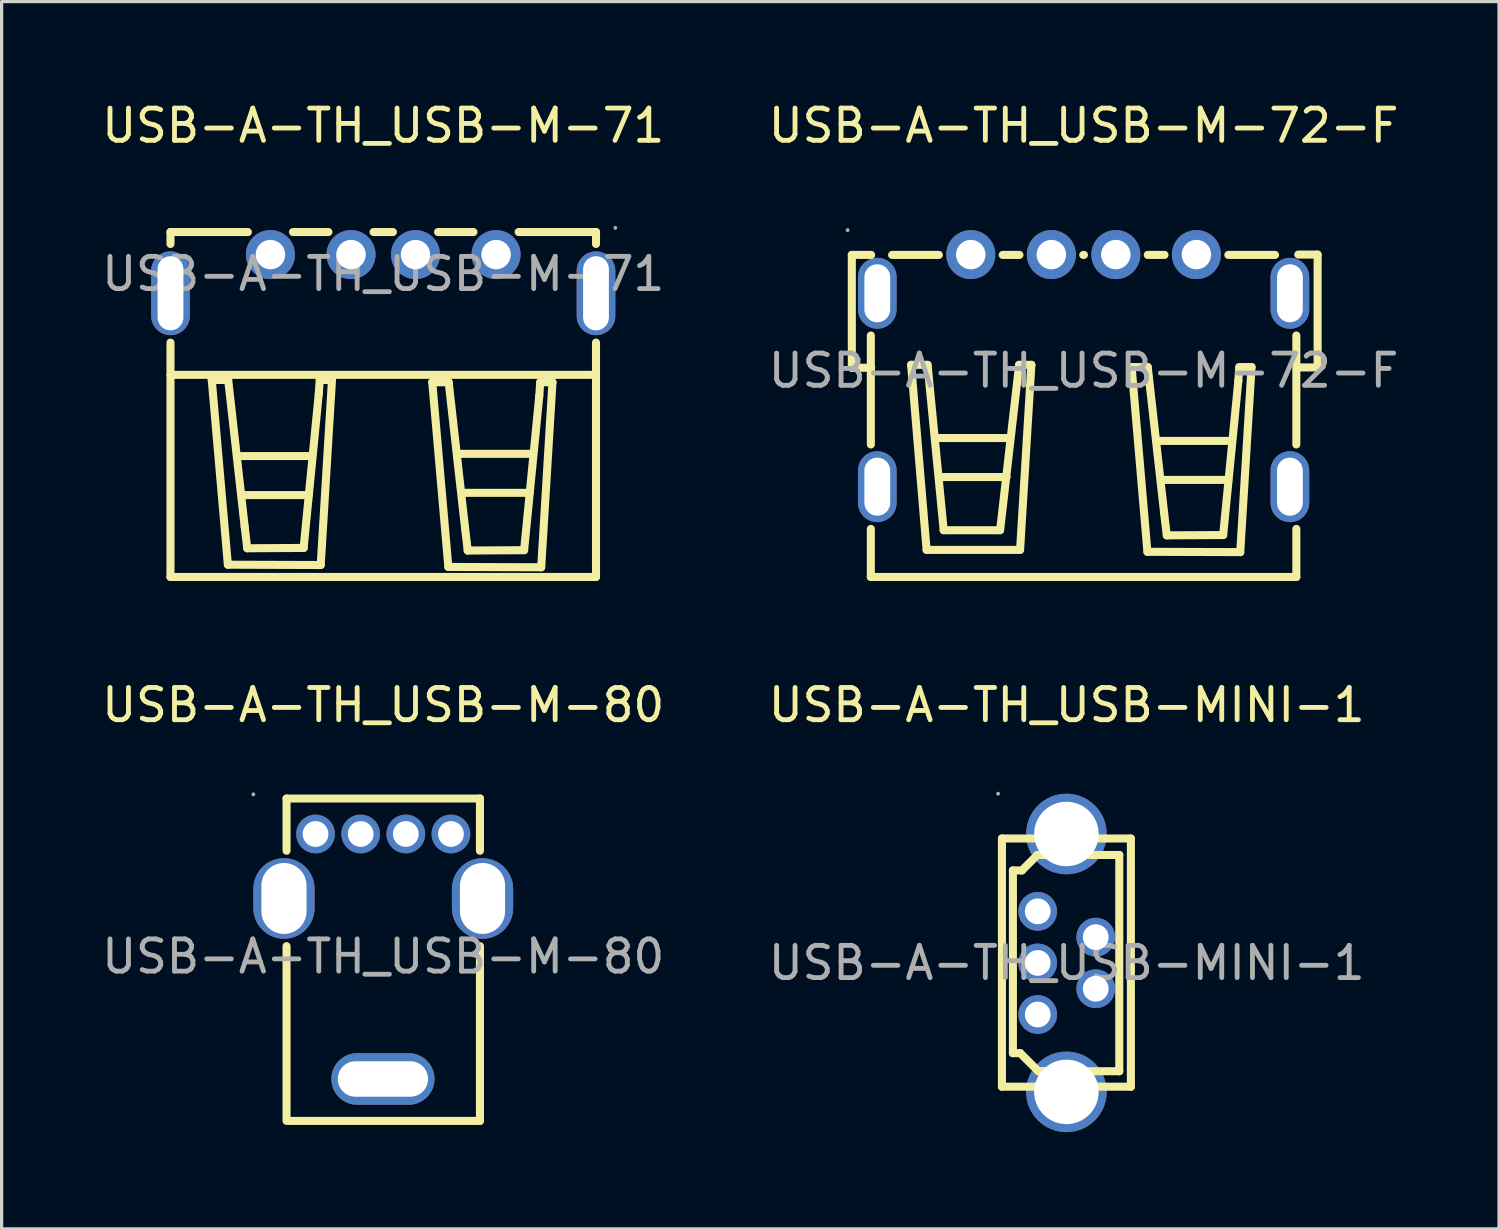
<source format=kicad_pcb>
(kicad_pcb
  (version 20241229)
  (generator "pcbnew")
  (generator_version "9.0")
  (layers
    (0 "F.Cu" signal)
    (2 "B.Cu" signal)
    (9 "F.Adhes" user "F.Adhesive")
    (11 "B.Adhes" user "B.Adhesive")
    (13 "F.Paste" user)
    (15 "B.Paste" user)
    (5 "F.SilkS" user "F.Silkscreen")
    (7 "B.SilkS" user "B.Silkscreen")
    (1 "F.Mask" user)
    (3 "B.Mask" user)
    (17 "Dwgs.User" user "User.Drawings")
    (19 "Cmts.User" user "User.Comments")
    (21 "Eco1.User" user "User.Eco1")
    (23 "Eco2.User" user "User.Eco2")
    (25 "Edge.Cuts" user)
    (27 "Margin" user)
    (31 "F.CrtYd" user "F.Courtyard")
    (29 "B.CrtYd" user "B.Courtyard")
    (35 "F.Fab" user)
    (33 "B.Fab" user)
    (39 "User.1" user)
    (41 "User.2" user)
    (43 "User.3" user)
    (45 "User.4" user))
  (footprint "USB-A-TH_USB-MINI-1"
    (layer "F.Cu")
    (at 30.042 26.822)
    (property "Reference" "USB-A-TH_USB-MINI-1" (at 0 -8 0) (layer "F.SilkS") (effects (font (size 1 1) (thickness 0.15))))
    (attr through_hole)
    (fp_line (start -2.01 -3.86) (end -2.01 3.84) (stroke (width 0.25) (type solid)) (layer "F.SilkS"))
    (fp_line (start -2.01 3.84) (end 1.99 3.84) (stroke (width 0.25) (type solid)) (layer "F.SilkS"))
    (fp_line (start -1.67 -2.87) (end -1.39 -2.87) (stroke (width 0.25) (type solid)) (layer "F.SilkS"))
    (fp_line (start -1.67 2.8) (end -1.67 -2.87) (stroke (width 0.25) (type solid)) (layer "F.SilkS"))
    (fp_line (start -1.44 2.8) (end -1.67 2.8) (stroke (width 0.25) (type solid)) (layer "F.SilkS"))
    (fp_line (start -1.39 -2.87) (end -0.91 -3.35) (stroke (width 0.25) (type solid)) (layer "F.SilkS"))
    (fp_line (start -0.91 -3.35) (end 1.63 -3.35) (stroke (width 0.25) (type solid)) (layer "F.SilkS"))
    (fp_line (start -0.88 3.36) (end -1.44 2.8) (stroke (width 0.25) (type solid)) (layer "F.SilkS"))
    (fp_line (start -0.52 3.36) (end -0.88 3.36) (stroke (width 0.25) (type solid)) (layer "F.SilkS"))
    (fp_line (start 1.63 -3.35) (end 1.63 3.36) (stroke (width 0.25) (type solid)) (layer "F.SilkS"))
    (fp_line (start 1.63 3.36) (end -0.88 3.36) (stroke (width 0.25) (type solid)) (layer "F.SilkS"))
    (fp_line (start 1.99 -3.86) (end -2.01 -3.86) (stroke (width 0.25) (type solid)) (layer "F.SilkS"))
    (fp_line (start 1.99 3.84) (end 1.99 -3.86) (stroke (width 0.25) (type solid)) (layer "F.SilkS"))
    (fp_circle (center -2.13 -5.25) (end -2.1 -5.25) (stroke (width 0.06) (type solid)) (fill no) (layer "F.Fab"))
    (fp_circle (center -0.9 -1.6) (end -0.75 -1.6) (stroke (width 0.3) (type solid)) (fill no) (layer "F.Fab"))
    (fp_circle (center -0.9 0) (end -0.75 0) (stroke (width 0.3) (type solid)) (fill no) (layer "F.Fab"))
    (fp_circle (center -0.9 1.6) (end -0.75 1.6) (stroke (width 0.3) (type solid)) (fill no) (layer "F.Fab"))
    (fp_circle (center -0.01 -4) (end 0.44 -4) (stroke (width 0.9) (type solid)) (fill no) (layer "F.Fab"))
    (fp_circle (center -0.01 4) (end 0.44 4) (stroke (width 0.9) (type solid)) (fill no) (layer "F.Fab"))
    (fp_circle (center 0.9 -0.8) (end 1.05 -0.8) (stroke (width 0.3) (type solid)) (fill no) (layer "F.Fab"))
    (fp_circle (center 0.9 0.8) (end 1.05 0.8) (stroke (width 0.3) (type solid)) (fill no) (layer "F.Fab"))
    (fp_text user "${REFERENCE}" (at 0 0 0) (layer "F.Fab") (effects (font (size 1 1) (thickness 0.15))))
    (pad "0" thru_hole circle (at -0.01 -4) (size 2.5 2.5) (drill 2) (layers "*.Cu" "*.Paste" "*.Mask"))
    (pad "0" thru_hole circle (at -0.01 4) (size 2.5 2.5) (drill 2) (layers "*.Cu" "*.Paste" "*.Mask"))
    (pad "1" thru_hole circle (at -0.9 -1.6) (size 1.2 1.2) (drill 0.8) (layers "*.Cu" "*.Paste" "*.Mask"))
    (pad "2" thru_hole circle (at 0.9 -0.8) (size 1.2 1.2) (drill 0.8) (layers "*.Cu" "*.Paste" "*.Mask"))
    (pad "3" thru_hole circle (at -0.9 0) (size 1.2 1.2) (drill 0.8) (layers "*.Cu" "*.Paste" "*.Mask"))
    (pad "4" thru_hole circle (at 0.9 0.8) (size 1.2 1.2) (drill 0.8) (layers "*.Cu" "*.Paste" "*.Mask"))
    (pad "5" thru_hole circle (at -0.9 1.6) (size 1.2 1.2) (drill 0.8) (layers "*.Cu" "*.Paste" "*.Mask")))
  (footprint "USB-A-TH_USB-M-71"
    (layer "F.Cu")
    (at 8.839 5.448)
    (property "Reference" "USB-A-TH_USB-M-71" (at 0 -4.6 0) (layer "F.SilkS") (effects (font (size 1 1) (thickness 0.15))))
    (attr through_hole)
    (fp_line (start -6.6 -1.3) (end -6.6 -0.93) (stroke (width 0.25) (type solid)) (layer "F.SilkS"))
    (fp_line (start -6.6 -1.3) (end -4.2 -1.3) (stroke (width 0.25) (type solid)) (layer "F.SilkS"))
    (fp_line (start -6.6 2.13) (end -6.6 9.4) (stroke (width 0.25) (type solid)) (layer "F.SilkS"))
    (fp_line (start -6.6 3.13) (end 6.6 3.13) (stroke (width 0.25) (type solid)) (layer "F.SilkS"))
    (fp_line (start -6.6 9.4) (end 6.6 9.4) (stroke (width 0.25) (type solid)) (layer "F.SilkS"))
    (fp_line (start -5.32 3.29) (end -4.81 3.29) (stroke (width 0.25) (type solid)) (layer "F.SilkS"))
    (fp_line (start -4.82 9.02) (end -5.32 3.29) (stroke (width 0.25) (type solid)) (layer "F.SilkS"))
    (fp_line (start -4.81 3.29) (end -4.3 7.83) (stroke (width 0.25) (type solid)) (layer "F.SilkS"))
    (fp_line (start -4.48 5.65) (end -2.22 5.65) (stroke (width 0.25) (type solid)) (layer "F.SilkS"))
    (fp_line (start -4.34 6.86) (end -2.31 6.86) (stroke (width 0.25) (type solid)) (layer "F.SilkS"))
    (fp_line (start -4.3 7.83) (end -4.22 8.51) (stroke (width 0.25) (type solid)) (layer "F.SilkS"))
    (fp_line (start -4.22 8.51) (end -2.47 8.5) (stroke (width 0.25) (type solid)) (layer "F.SilkS"))
    (fp_line (start -2.8 -1.3) (end -1.7 -1.3) (stroke (width 0.25) (type solid)) (layer "F.SilkS"))
    (fp_line (start -2.47 8.5) (end -2 3.72) (stroke (width 0.25) (type solid)) (layer "F.SilkS"))
    (fp_line (start -2 3.72) (end -1.97 3.29) (stroke (width 0.25) (type solid)) (layer "F.SilkS"))
    (fp_line (start -1.97 3.29) (end -1.59 3.29) (stroke (width 0.25) (type solid)) (layer "F.SilkS"))
    (fp_line (start -1.94 9.03) (end -4.82 9.02) (stroke (width 0.25) (type solid)) (layer "F.SilkS"))
    (fp_line (start -1.59 3.29) (end -1.94 9.03) (stroke (width 0.25) (type solid)) (layer "F.SilkS"))
    (fp_line (start -0.3 -1.3) (end 0.3 -1.3) (stroke (width 0.25) (type solid)) (layer "F.SilkS"))
    (fp_line (start 1.52 3.36) (end 2.03 3.36) (stroke (width 0.25) (type solid)) (layer "F.SilkS"))
    (fp_line (start 1.7 -1.3) (end 2.8 -1.3) (stroke (width 0.25) (type solid)) (layer "F.SilkS"))
    (fp_line (start 2.02 9.09) (end 1.52 3.36) (stroke (width 0.25) (type solid)) (layer "F.SilkS"))
    (fp_line (start 2.03 3.36) (end 2.54 7.9) (stroke (width 0.25) (type solid)) (layer "F.SilkS"))
    (fp_line (start 2.37 5.58) (end 4.63 5.58) (stroke (width 0.25) (type solid)) (layer "F.SilkS"))
    (fp_line (start 2.51 6.79) (end 4.54 6.79) (stroke (width 0.25) (type solid)) (layer "F.SilkS"))
    (fp_line (start 2.54 7.9) (end 2.62 8.58) (stroke (width 0.25) (type solid)) (layer "F.SilkS"))
    (fp_line (start 2.62 8.58) (end 4.37 8.57) (stroke (width 0.25) (type solid)) (layer "F.SilkS"))
    (fp_line (start 4.2 -1.3) (end 6.6 -1.3) (stroke (width 0.25) (type solid)) (layer "F.SilkS"))
    (fp_line (start 4.37 8.57) (end 4.84 3.79) (stroke (width 0.25) (type solid)) (layer "F.SilkS"))
    (fp_line (start 4.84 3.79) (end 4.87 3.36) (stroke (width 0.25) (type solid)) (layer "F.SilkS"))
    (fp_line (start 4.87 3.36) (end 5.25 3.36) (stroke (width 0.25) (type solid)) (layer "F.SilkS"))
    (fp_line (start 4.9 9.1) (end 2.02 9.09) (stroke (width 0.25) (type solid)) (layer "F.SilkS"))
    (fp_line (start 5.25 3.36) (end 4.9 9.1) (stroke (width 0.25) (type solid)) (layer "F.SilkS"))
    (fp_line (start 6.6 -0.93) (end 6.6 -1.3) (stroke (width 0.25) (type solid)) (layer "F.SilkS"))
    (fp_line (start 6.6 9.4) (end 6.6 2.13) (stroke (width 0.25) (type solid)) (layer "F.SilkS"))
    (fp_circle (center -3.5 -0.6) (end -3.32 -0.6) (stroke (width 0.36) (type solid)) (fill no) (layer "F.Fab"))
    (fp_circle (center -1 -0.6) (end -0.82 -0.6) (stroke (width 0.36) (type solid)) (fill no) (layer "F.Fab"))
    (fp_circle (center 1 -0.6) (end 1.18 -0.6) (stroke (width 0.36) (type solid)) (fill no) (layer "F.Fab"))
    (fp_circle (center 3.5 -0.6) (end 3.68 -0.6) (stroke (width 0.36) (type solid)) (fill no) (layer "F.Fab"))
    (fp_circle (center 7.2 -1.43) (end 7.23 -1.43) (stroke (width 0.06) (type solid)) (fill no) (layer "F.Fab"))
    (fp_text user "${REFERENCE}" (at 0 0 0) (layer "F.Fab") (effects (font (size 1 1) (thickness 0.15))))
    (pad "0" thru_hole oval (at -6.6 0.6 270) (size 2.6 1.2) (drill oval 2.3 0.8) (layers "*.Cu" "*.Paste" "*.Mask"))
    (pad "0" thru_hole oval (at 6.6 0.6 90) (size 2.6 1.2) (drill oval 2.3 0.8) (layers "*.Cu" "*.Paste" "*.Mask"))
    (pad "1" thru_hole circle (at 3.5 -0.6) (size 1.52 1.52) (drill 0.914) (layers "*.Cu" "*.Paste" "*.Mask"))
    (pad "2" thru_hole circle (at 1 -0.6) (size 1.52 1.52) (drill 0.914) (layers "*.Cu" "*.Paste" "*.Mask"))
    (pad "3" thru_hole circle (at -1 -0.6) (size 1.52 1.52) (drill 0.914) (layers "*.Cu" "*.Paste" "*.Mask"))
    (pad "4" thru_hole circle (at -3.5 -0.6) (size 1.52 1.52) (drill 0.914) (layers "*.Cu" "*.Paste" "*.Mask")))
  (footprint "USB-A-TH_USB-M-72-F"
    (layer "F.Cu")
    (at 30.565 8.448)
    (property "Reference" "USB-A-TH_USB-M-72-F" (at 0 -7.6 0) (layer "F.SilkS") (effects (font (size 1 1) (thickness 0.15))))
    (attr through_hole)
    (fp_line (start -7.19 -0.09) (end -7.19 -3.59) (stroke (width 0.25) (type solid)) (layer "F.SilkS"))
    (fp_line (start -6.6 2.29) (end -6.6 -1.09) (stroke (width 0.25) (type solid)) (layer "F.SilkS"))
    (fp_line (start -6.6 6.4) (end -6.6 4.91) (stroke (width 0.25) (type solid)) (layer "F.SilkS"))
    (fp_line (start -6.6 6.4) (end 6.6 6.4) (stroke (width 0.25) (type solid)) (layer "F.SilkS"))
    (fp_line (start -6.59 -3.59) (end -7.19 -3.59) (stroke (width 0.25) (type solid)) (layer "F.SilkS"))
    (fp_line (start -6.59 -0.09) (end -7.19 -0.09) (stroke (width 0.25) (type solid)) (layer "F.SilkS"))
    (fp_line (start -5.94 -3.59) (end -4.49 -3.59) (stroke (width 0.25) (type solid)) (layer "F.SilkS"))
    (fp_line (start -5.35 -0.18) (end -4.84 -0.18) (stroke (width 0.25) (type solid)) (layer "F.SilkS"))
    (fp_line (start -4.87 5.56) (end -5.35 -0.18) (stroke (width 0.25) (type solid)) (layer "F.SilkS"))
    (fp_line (start -4.84 -0.18) (end -4.34 4.95) (stroke (width 0.25) (type solid)) (layer "F.SilkS"))
    (fp_line (start -4.56 2.09) (end -2.3 2.09) (stroke (width 0.25) (type solid)) (layer "F.SilkS"))
    (fp_line (start -4.42 3.3) (end -2.39 3.3) (stroke (width 0.25) (type solid)) (layer "F.SilkS"))
    (fp_line (start -4.34 4.95) (end -2.59 4.95) (stroke (width 0.25) (type solid)) (layer "F.SilkS"))
    (fp_line (start -2.59 4.95) (end -2 -0.18) (stroke (width 0.25) (type solid)) (layer "F.SilkS"))
    (fp_line (start -2.51 -3.59) (end -1.99 -3.59) (stroke (width 0.25) (type solid)) (layer "F.SilkS"))
    (fp_line (start -2 -0.18) (end -1.62 -0.18) (stroke (width 0.25) (type solid)) (layer "F.SilkS"))
    (fp_line (start -1.97 5.56) (end -4.87 5.56) (stroke (width 0.25) (type solid)) (layer "F.SilkS"))
    (fp_line (start -1.62 -0.18) (end -1.97 5.56) (stroke (width 0.25) (type solid)) (layer "F.SilkS"))
    (fp_line (start -0.01 -3.59) (end 0.01 -3.59) (stroke (width 0.25) (type solid)) (layer "F.SilkS"))
    (fp_line (start 1.49 -0.11) (end 1.99 -0.11) (stroke (width 0.25) (type solid)) (layer "F.SilkS"))
    (fp_line (start 1.98 5.62) (end 1.49 -0.11) (stroke (width 0.25) (type solid)) (layer "F.SilkS"))
    (fp_line (start 1.99 -3.59) (end 2.51 -3.59) (stroke (width 0.25) (type solid)) (layer "F.SilkS"))
    (fp_line (start 1.99 -0.11) (end 2.5 4.43) (stroke (width 0.25) (type solid)) (layer "F.SilkS"))
    (fp_line (start 2.32 2.18) (end 4.58 2.18) (stroke (width 0.25) (type solid)) (layer "F.SilkS"))
    (fp_line (start 2.46 3.39) (end 4.49 3.39) (stroke (width 0.25) (type solid)) (layer "F.SilkS"))
    (fp_line (start 2.5 4.43) (end 2.58 5.11) (stroke (width 0.25) (type solid)) (layer "F.SilkS"))
    (fp_line (start 2.58 5.11) (end 4.33 5.1) (stroke (width 0.25) (type solid)) (layer "F.SilkS"))
    (fp_line (start 4.33 5.1) (end 4.8 0.32) (stroke (width 0.25) (type solid)) (layer "F.SilkS"))
    (fp_line (start 4.49 -3.59) (end 5.94 -3.59) (stroke (width 0.25) (type solid)) (layer "F.SilkS"))
    (fp_line (start 4.8 0.32) (end 4.83 -0.11) (stroke (width 0.25) (type solid)) (layer "F.SilkS"))
    (fp_line (start 4.83 -0.11) (end 5.21 -0.11) (stroke (width 0.25) (type solid)) (layer "F.SilkS"))
    (fp_line (start 4.86 5.63) (end 1.98 5.62) (stroke (width 0.25) (type solid)) (layer "F.SilkS"))
    (fp_line (start 5.21 -0.11) (end 4.86 5.63) (stroke (width 0.25) (type solid)) (layer "F.SilkS"))
    (fp_line (start 6.6 2.29) (end 6.6 -1.09) (stroke (width 0.25) (type solid)) (layer "F.SilkS"))
    (fp_line (start 6.6 6.4) (end 6.6 4.91) (stroke (width 0.25) (type solid)) (layer "F.SilkS"))
    (fp_line (start 6.66 -3.6) (end 7.26 -3.6) (stroke (width 0.25) (type solid)) (layer "F.SilkS"))
    (fp_line (start 6.66 -0.1) (end 7.26 -0.1) (stroke (width 0.25) (type solid)) (layer "F.SilkS"))
    (fp_line (start 7.26 -3.6) (end 7.26 -0.1) (stroke (width 0.25) (type solid)) (layer "F.SilkS"))
    (fp_circle (center -7.32 -4.36) (end -7.29 -4.36) (stroke (width 0.06) (type solid)) (fill no) (layer "F.Fab"))
    (fp_circle (center -3.5 -3.6) (end -3.32 -3.6) (stroke (width 0.36) (type solid)) (fill no) (layer "F.Fab"))
    (fp_circle (center -1 -3.6) (end -0.82 -3.6) (stroke (width 0.36) (type solid)) (fill no) (layer "F.Fab"))
    (fp_circle (center 1 -3.6) (end 1.18 -3.6) (stroke (width 0.36) (type solid)) (fill no) (layer "F.Fab"))
    (fp_circle (center 3.5 -3.6) (end 3.68 -3.6) (stroke (width 0.36) (type solid)) (fill no) (layer "F.Fab"))
    (fp_text user "${REFERENCE}" (at 0 0 0) (layer "F.Fab") (effects (font (size 1 1) (thickness 0.15))))
    (pad "1" thru_hole circle (at -3.5 -3.6) (size 1.52 1.52) (drill 0.914) (layers "*.Cu" "*.Paste" "*.Mask"))
    (pad "2" thru_hole circle (at -1 -3.6) (size 1.52 1.52) (drill 0.914) (layers "*.Cu" "*.Paste" "*.Mask"))
    (pad "3" thru_hole circle (at 1 -3.6) (size 1.52 1.52) (drill 0.914) (layers "*.Cu" "*.Paste" "*.Mask"))
    (pad "4" thru_hole circle (at 3.5 -3.6) (size 1.52 1.52) (drill 0.914) (layers "*.Cu" "*.Paste" "*.Mask"))
    (pad "5" thru_hole oval (at 6.4 -2.4 90) (size 2.2 1.2) (drill oval 1.8 0.8) (layers "*.Cu" "*.Paste" "*.Mask"))
    (pad "6" thru_hole oval (at 6.4 3.6 90) (size 2.2 1.2) (drill oval 1.8 0.8) (layers "*.Cu" "*.Paste" "*.Mask"))
    (pad "7" thru_hole oval (at -6.4 3.6 90) (size 2.2 1.2) (drill oval 1.8 0.8) (layers "*.Cu" "*.Paste" "*.Mask"))
    (pad "8" thru_hole oval (at -6.4 -2.4 270) (size 2.2 1.2) (drill oval 1.8 0.8) (layers "*.Cu" "*.Paste" "*.Mask")))
  (footprint "USB-A-TH_USB-M-80"
    (layer "F.Cu")
    (at 8.839 26.622)
    (property "Reference" "USB-A-TH_USB-M-80" (at 0 -7.8 0) (layer "F.SilkS") (effects (font (size 1 1) (thickness 0.15))))
    (attr through_hole)
    (fp_line (start -3 -4.9) (end -3 -3.28) (stroke (width 0.25) (type solid)) (layer "F.SilkS"))
    (fp_line (start -3 -4.9) (end 3 -4.9) (stroke (width 0.25) (type solid)) (layer "F.SilkS"))
    (fp_line (start -3 -0.32) (end -3 5.04) (stroke (width 0.25) (type solid)) (layer "F.SilkS"))
    (fp_line (start -3 5.1) (end 3 5.1) (stroke (width 0.25) (type solid)) (layer "F.SilkS"))
    (fp_line (start 3 -3.28) (end 3 -4.9) (stroke (width 0.25) (type solid)) (layer "F.SilkS"))
    (fp_line (start 3 5.1) (end 3 -0.32) (stroke (width 0.25) (type solid)) (layer "F.SilkS"))
    (fp_circle (center -4.03 -5.03) (end -4 -5.03) (stroke (width 0.06) (type solid)) (fill no) (layer "F.Fab"))
    (fp_circle (center -2.1 -3.8) (end -1.95 -3.8) (stroke (width 0.3) (type solid)) (fill no) (layer "F.Fab"))
    (fp_circle (center -0.7 -3.8) (end -0.55 -3.8) (stroke (width 0.3) (type solid)) (fill no) (layer "F.Fab"))
    (fp_circle (center 0.7 -3.8) (end 0.85 -3.8) (stroke (width 0.3) (type solid)) (fill no) (layer "F.Fab"))
    (fp_circle (center 2.1 -3.8) (end 2.25 -3.8) (stroke (width 0.3) (type solid)) (fill no) (layer "F.Fab"))
    (fp_text user "${REFERENCE}" (at 0 0 0) (layer "F.Fab") (effects (font (size 1 1) (thickness 0.15))))
    (pad "0" thru_hole oval (at -3.08 -1.8 90) (size 2.5 1.9) (drill oval 2.2 1.4) (layers "*.Cu" "*.Paste" "*.Mask"))
    (pad "0" thru_hole oval (at -0.01 3.8 180) (size 3.2 1.6) (drill oval 2.8 1.1) (layers "*.Cu" "*.Paste" "*.Mask"))
    (pad "0" thru_hole oval (at 3.08 -1.8 90) (size 2.5 1.9) (drill oval 2.2 1.4) (layers "*.Cu" "*.Paste" "*.Mask"))
    (pad "1" thru_hole circle (at -2.1 -3.8) (size 1.2 1.2) (drill 0.8) (layers "*.Cu" "*.Paste" "*.Mask"))
    (pad "2" thru_hole circle (at -0.7 -3.8) (size 1.2 1.2) (drill 0.8) (layers "*.Cu" "*.Paste" "*.Mask"))
    (pad "3" thru_hole circle (at 0.7 -3.8) (size 1.2 1.2) (drill 0.8) (layers "*.Cu" "*.Paste" "*.Mask"))
    (pad "4" thru_hole circle (at 2.1 -3.8) (size 1.2 1.2) (drill 0.8) (layers "*.Cu" "*.Paste" "*.Mask")))
  (gr_rect
    (start -3 -3)
    (end 43.452 35.072)
    (stroke (width 0.1) (type default))
    (fill no)
    (layer "Edge.Cuts")))
</source>
